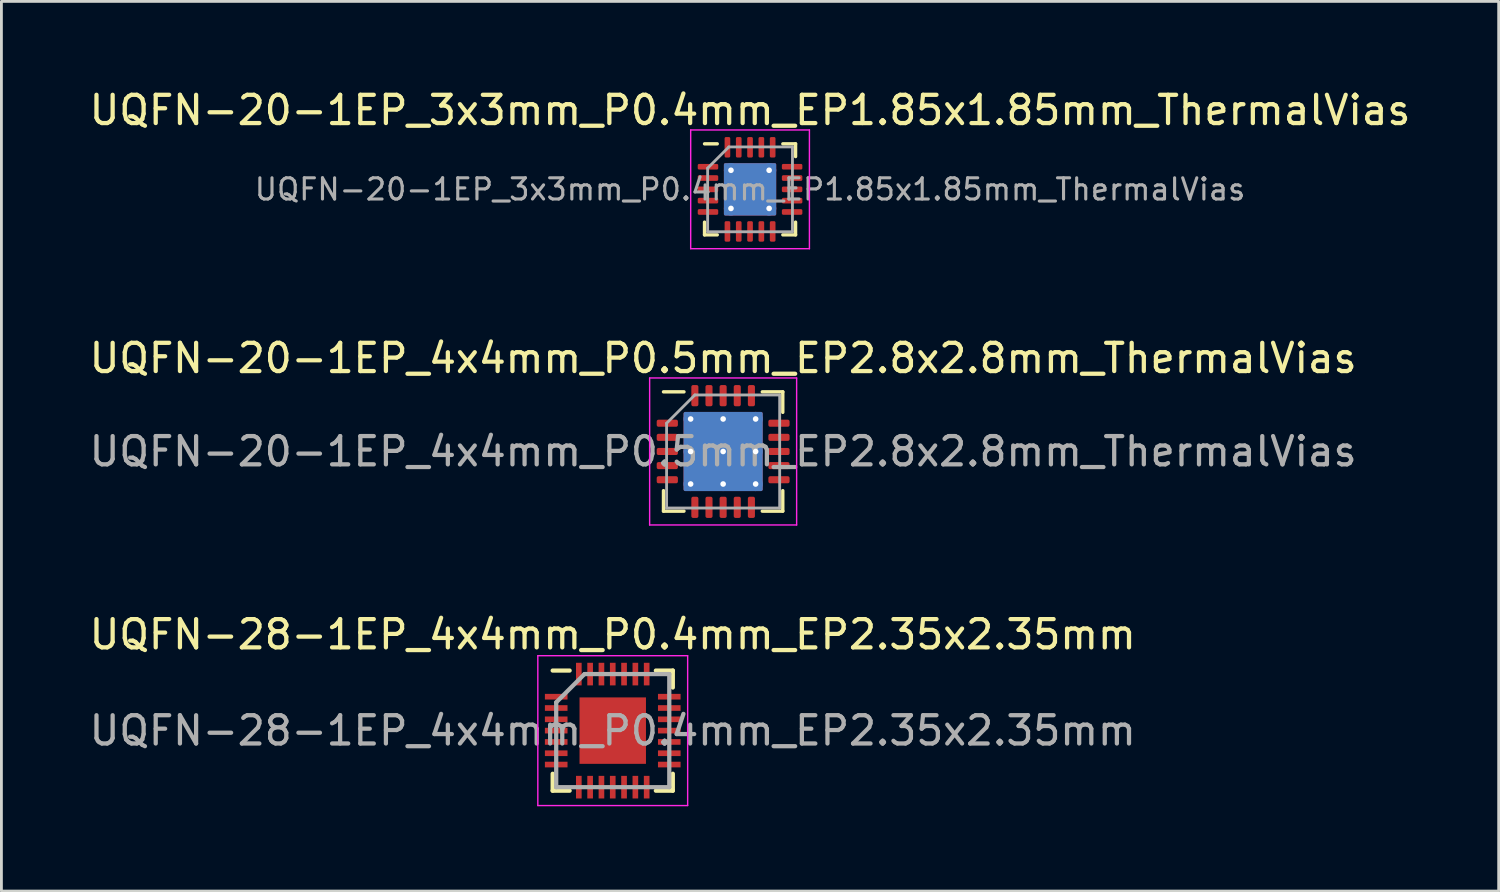
<source format=kicad_pcb>
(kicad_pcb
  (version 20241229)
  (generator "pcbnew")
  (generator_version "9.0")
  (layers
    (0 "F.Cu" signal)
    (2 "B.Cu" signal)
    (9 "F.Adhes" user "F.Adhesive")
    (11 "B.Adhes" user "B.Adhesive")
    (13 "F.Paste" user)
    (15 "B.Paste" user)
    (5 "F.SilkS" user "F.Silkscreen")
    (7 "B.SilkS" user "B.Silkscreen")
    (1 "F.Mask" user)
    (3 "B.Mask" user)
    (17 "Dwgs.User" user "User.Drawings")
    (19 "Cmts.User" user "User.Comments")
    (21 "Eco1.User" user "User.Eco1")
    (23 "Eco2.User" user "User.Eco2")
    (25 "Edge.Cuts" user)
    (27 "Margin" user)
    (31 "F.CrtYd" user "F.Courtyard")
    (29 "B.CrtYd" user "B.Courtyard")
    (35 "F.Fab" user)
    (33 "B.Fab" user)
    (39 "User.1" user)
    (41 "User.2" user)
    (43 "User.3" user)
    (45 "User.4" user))
  (footprint "UQFN-20-1EP_3x3mm_P0.4mm_EP1.85x1.85mm_ThermalVias"
    (layer "F.Cu")
    (at 23.482 3.648)
    (property "Reference" "UQFN-20-1EP_3x3mm_P0.4mm_EP1.85x1.85mm_ThermalVias" (at 0 -2.8 0) (layer "F.SilkS") (effects (font (size 1 1) (thickness 0.15))))
    (attr smd)
    (fp_line (start -1.61 1.61) (end -1.61 1.16) (stroke (width 0.12) (type solid)) (layer "F.SilkS"))
    (fp_line (start -1.16 -1.61) (end -1.61 -1.61) (stroke (width 0.12) (type solid)) (layer "F.SilkS"))
    (fp_line (start -1.16 1.61) (end -1.61 1.61) (stroke (width 0.12) (type solid)) (layer "F.SilkS"))
    (fp_line (start 1.16 -1.61) (end 1.61 -1.61) (stroke (width 0.12) (type solid)) (layer "F.SilkS"))
    (fp_line (start 1.16 1.61) (end 1.61 1.61) (stroke (width 0.12) (type solid)) (layer "F.SilkS"))
    (fp_line (start 1.61 -1.61) (end 1.61 -1.16) (stroke (width 0.12) (type solid)) (layer "F.SilkS"))
    (fp_line (start 1.61 1.61) (end 1.61 1.16) (stroke (width 0.12) (type solid)) (layer "F.SilkS"))
    (fp_line (start -2.1 -2.1) (end -2.1 2.1) (stroke (width 0.05) (type solid)) (layer "F.CrtYd"))
    (fp_line (start -2.1 2.1) (end 2.1 2.1) (stroke (width 0.05) (type solid)) (layer "F.CrtYd"))
    (fp_line (start 2.1 -2.1) (end -2.1 -2.1) (stroke (width 0.05) (type solid)) (layer "F.CrtYd"))
    (fp_line (start 2.1 2.1) (end 2.1 -2.1) (stroke (width 0.05) (type solid)) (layer "F.CrtYd"))
    (fp_line (start -1.5 -0.75) (end -0.75 -1.5) (stroke (width 0.1) (type solid)) (layer "F.Fab"))
    (fp_line (start -1.5 1.5) (end -1.5 -0.75) (stroke (width 0.1) (type solid)) (layer "F.Fab"))
    (fp_line (start -0.75 -1.5) (end 1.5 -1.5) (stroke (width 0.1) (type solid)) (layer "F.Fab"))
    (fp_line (start 1.5 -1.5) (end 1.5 1.5) (stroke (width 0.1) (type solid)) (layer "F.Fab"))
    (fp_line (start 1.5 1.5) (end -1.5 1.5) (stroke (width 0.1) (type solid)) (layer "F.Fab"))
    (fp_text user "${REFERENCE}" (at 0 0 0) (layer "F.Fab") (effects (font (size 0.75 0.75) (thickness 0.11))))
    (pad "" smd roundrect (at -0.46 -0.46) (size 0.8 0.8) (layers "F.Paste") (roundrect_rratio 0.25))
    (pad "" smd roundrect (at -0.46 0.46) (size 0.8 0.8) (layers "F.Paste") (roundrect_rratio 0.25))
    (pad "" smd roundrect (at 0.46 -0.46) (size 0.8 0.8) (layers "F.Paste") (roundrect_rratio 0.25))
    (pad "" smd roundrect (at 0.46 0.46) (size 0.8 0.8) (layers "F.Paste") (roundrect_rratio 0.25))
    (pad "1" smd roundrect (at -1.488 -0.8) (size 0.725 0.2) (layers "F.Cu" "F.Mask" "F.Paste") (roundrect_rratio 0.25))
    (pad "2" smd roundrect (at -1.488 -0.4) (size 0.725 0.2) (layers "F.Cu" "F.Mask" "F.Paste") (roundrect_rratio 0.25))
    (pad "3" smd roundrect (at -1.488 0) (size 0.725 0.2) (layers "F.Cu" "F.Mask" "F.Paste") (roundrect_rratio 0.25))
    (pad "4" smd roundrect (at -1.488 0.4) (size 0.725 0.2) (layers "F.Cu" "F.Mask" "F.Paste") (roundrect_rratio 0.25))
    (pad "5" smd roundrect (at -1.488 0.8) (size 0.725 0.2) (layers "F.Cu" "F.Mask" "F.Paste") (roundrect_rratio 0.25))
    (pad "6" smd roundrect (at -0.8 1.488) (size 0.2 0.725) (layers "F.Cu" "F.Mask" "F.Paste") (roundrect_rratio 0.25))
    (pad "7" smd roundrect (at -0.4 1.488) (size 0.2 0.725) (layers "F.Cu" "F.Mask" "F.Paste") (roundrect_rratio 0.25))
    (pad "8" smd roundrect (at 0 1.488) (size 0.2 0.725) (layers "F.Cu" "F.Mask" "F.Paste") (roundrect_rratio 0.25))
    (pad "9" smd roundrect (at 0.4 1.488) (size 0.2 0.725) (layers "F.Cu" "F.Mask" "F.Paste") (roundrect_rratio 0.25))
    (pad "10" smd roundrect (at 0.8 1.488) (size 0.2 0.725) (layers "F.Cu" "F.Mask" "F.Paste") (roundrect_rratio 0.25))
    (pad "11" smd roundrect (at 1.488 0.8) (size 0.725 0.2) (layers "F.Cu" "F.Mask" "F.Paste") (roundrect_rratio 0.25))
    (pad "12" smd roundrect (at 1.488 0.4) (size 0.725 0.2) (layers "F.Cu" "F.Mask" "F.Paste") (roundrect_rratio 0.25))
    (pad "13" smd roundrect (at 1.488 0) (size 0.725 0.2) (layers "F.Cu" "F.Mask" "F.Paste") (roundrect_rratio 0.25))
    (pad "14" smd roundrect (at 1.488 -0.4) (size 0.725 0.2) (layers "F.Cu" "F.Mask" "F.Paste") (roundrect_rratio 0.25))
    (pad "15" smd roundrect (at 1.488 -0.8) (size 0.725 0.2) (layers "F.Cu" "F.Mask" "F.Paste") (roundrect_rratio 0.25))
    (pad "16" smd roundrect (at 0.8 -1.488) (size 0.2 0.725) (layers "F.Cu" "F.Mask" "F.Paste") (roundrect_rratio 0.25))
    (pad "17" smd roundrect (at 0.4 -1.488) (size 0.2 0.725) (layers "F.Cu" "F.Mask" "F.Paste") (roundrect_rratio 0.25))
    (pad "18" smd roundrect (at 0 -1.488) (size 0.2 0.725) (layers "F.Cu" "F.Mask" "F.Paste") (roundrect_rratio 0.25))
    (pad "19" smd roundrect (at -0.4 -1.488) (size 0.2 0.725) (layers "F.Cu" "F.Mask" "F.Paste") (roundrect_rratio 0.25))
    (pad "20" smd roundrect (at -0.8 -1.488) (size 0.2 0.725) (layers "F.Cu" "F.Mask" "F.Paste") (roundrect_rratio 0.25))
    (pad "21" thru_hole circle (at -0.675 -0.675) (size 0.5 0.5) (drill 0.2) (layers "*.Cu"))
    (pad "21" thru_hole circle (at -0.675 0.675) (size 0.5 0.5) (drill 0.2) (layers "*.Cu"))
    (pad "21" smd roundrect (at 0 0) (size 1.85 1.85) (layers "F.Cu" "F.Mask") (roundrect_rratio 0.027))
    (pad "21" smd roundrect (at 0 0) (size 1.85 1.85) (layers "B.Cu") (roundrect_rratio 0.027))
    (pad "21" thru_hole circle (at 0.675 -0.675) (size 0.5 0.5) (drill 0.2) (layers "*.Cu"))
    (pad "21" thru_hole circle (at 0.675 0.675) (size 0.5 0.5) (drill 0.2) (layers "*.Cu")))
  (footprint "UQFN-28-1EP_4x4mm_P0.4mm_EP2.35x2.35mm"
    (layer "F.Cu")
    (at 18.625 22.795)
    (property "Reference" "UQFN-28-1EP_4x4mm_P0.4mm_EP2.35x2.35mm" (at 0 -3.4 0) (layer "F.SilkS") (effects (font (size 1 1) (thickness 0.15))))
    (attr smd)
    (fp_line (start -2.125 -2.125) (end -1.525 -2.125) (stroke (width 0.15) (type solid)) (layer "F.SilkS"))
    (fp_line (start -2.125 2.125) (end -2.125 1.525) (stroke (width 0.15) (type solid)) (layer "F.SilkS"))
    (fp_line (start -2.125 2.125) (end -1.525 2.125) (stroke (width 0.15) (type solid)) (layer "F.SilkS"))
    (fp_line (start 2.125 -2.125) (end 1.525 -2.125) (stroke (width 0.15) (type solid)) (layer "F.SilkS"))
    (fp_line (start 2.125 -2.125) (end 2.125 -1.525) (stroke (width 0.15) (type solid)) (layer "F.SilkS"))
    (fp_line (start 2.125 2.125) (end 1.525 2.125) (stroke (width 0.15) (type solid)) (layer "F.SilkS"))
    (fp_line (start 2.125 2.125) (end 2.125 1.525) (stroke (width 0.15) (type solid)) (layer "F.SilkS"))
    (fp_line (start -2.65 -2.65) (end -2.65 2.65) (stroke (width 0.05) (type solid)) (layer "F.CrtYd"))
    (fp_line (start -2.65 -2.65) (end 2.65 -2.65) (stroke (width 0.05) (type solid)) (layer "F.CrtYd"))
    (fp_line (start -2.65 2.65) (end 2.65 2.65) (stroke (width 0.05) (type solid)) (layer "F.CrtYd"))
    (fp_line (start 2.65 -2.65) (end 2.65 2.65) (stroke (width 0.05) (type solid)) (layer "F.CrtYd"))
    (fp_line (start -2 -1) (end -1 -2) (stroke (width 0.15) (type solid)) (layer "F.Fab"))
    (fp_line (start -2 2) (end -2 -1) (stroke (width 0.15) (type solid)) (layer "F.Fab"))
    (fp_line (start -1 -2) (end 2 -2) (stroke (width 0.15) (type solid)) (layer "F.Fab"))
    (fp_line (start 2 -2) (end 2 2) (stroke (width 0.15) (type solid)) (layer "F.Fab"))
    (fp_line (start 2 2) (end -2 2) (stroke (width 0.15) (type solid)) (layer "F.Fab"))
    (fp_text user "${REFERENCE}" (at 0 0 0) (layer "F.Fab") (effects (font (size 1 1) (thickness 0.15))))
    (pad "" smd rect (at -0.588 -0.588) (size 0.95 0.95) (layers "F.Paste"))
    (pad "" smd rect (at -0.588 0.588) (size 0.95 0.95) (layers "F.Paste"))
    (pad "" smd rect (at 0.588 -0.588) (size 0.95 0.95) (layers "F.Paste"))
    (pad "" smd rect (at 0.588 0.588) (size 0.95 0.95) (layers "F.Paste"))
    (pad "1" smd rect (at -2 -1.2) (size 0.8 0.2) (layers "F.Cu" "F.Mask" "F.Paste"))
    (pad "2" smd rect (at -2 -0.8) (size 0.8 0.2) (layers "F.Cu" "F.Mask" "F.Paste"))
    (pad "3" smd rect (at -2 -0.4) (size 0.8 0.2) (layers "F.Cu" "F.Mask" "F.Paste"))
    (pad "4" smd rect (at -2 0) (size 0.8 0.2) (layers "F.Cu" "F.Mask" "F.Paste"))
    (pad "5" smd rect (at -2 0.4) (size 0.8 0.2) (layers "F.Cu" "F.Mask" "F.Paste"))
    (pad "6" smd rect (at -2 0.8) (size 0.8 0.2) (layers "F.Cu" "F.Mask" "F.Paste"))
    (pad "7" smd rect (at -2 1.2) (size 0.8 0.2) (layers "F.Cu" "F.Mask" "F.Paste"))
    (pad "8" smd rect (at -1.2 2 90) (size 0.8 0.2) (layers "F.Cu" "F.Mask" "F.Paste"))
    (pad "9" smd rect (at -0.8 2 90) (size 0.8 0.2) (layers "F.Cu" "F.Mask" "F.Paste"))
    (pad "10" smd rect (at -0.4 2 90) (size 0.8 0.2) (layers "F.Cu" "F.Mask" "F.Paste"))
    (pad "11" smd rect (at 0 2 90) (size 0.8 0.2) (layers "F.Cu" "F.Mask" "F.Paste"))
    (pad "12" smd rect (at 0.4 2 90) (size 0.8 0.2) (layers "F.Cu" "F.Mask" "F.Paste"))
    (pad "13" smd rect (at 0.8 2 90) (size 0.8 0.2) (layers "F.Cu" "F.Mask" "F.Paste"))
    (pad "14" smd rect (at 1.2 2 90) (size 0.8 0.2) (layers "F.Cu" "F.Mask" "F.Paste"))
    (pad "15" smd rect (at 2 1.2) (size 0.8 0.2) (layers "F.Cu" "F.Mask" "F.Paste"))
    (pad "16" smd rect (at 2 0.8) (size 0.8 0.2) (layers "F.Cu" "F.Mask" "F.Paste"))
    (pad "17" smd rect (at 2 0.4) (size 0.8 0.2) (layers "F.Cu" "F.Mask" "F.Paste"))
    (pad "18" smd rect (at 2 0) (size 0.8 0.2) (layers "F.Cu" "F.Mask" "F.Paste"))
    (pad "19" smd rect (at 2 -0.4) (size 0.8 0.2) (layers "F.Cu" "F.Mask" "F.Paste"))
    (pad "20" smd rect (at 2 -0.8) (size 0.8 0.2) (layers "F.Cu" "F.Mask" "F.Paste"))
    (pad "21" smd rect (at 2 -1.2) (size 0.8 0.2) (layers "F.Cu" "F.Mask" "F.Paste"))
    (pad "22" smd rect (at 1.2 -2 90) (size 0.8 0.2) (layers "F.Cu" "F.Mask" "F.Paste"))
    (pad "23" smd rect (at 0.8 -2 90) (size 0.8 0.2) (layers "F.Cu" "F.Mask" "F.Paste"))
    (pad "24" smd rect (at 0.4 -2 90) (size 0.8 0.2) (layers "F.Cu" "F.Mask" "F.Paste"))
    (pad "25" smd rect (at 0 -2 90) (size 0.8 0.2) (layers "F.Cu" "F.Mask" "F.Paste"))
    (pad "26" smd rect (at -0.4 -2 90) (size 0.8 0.2) (layers "F.Cu" "F.Mask" "F.Paste"))
    (pad "27" smd rect (at -0.8 -2 90) (size 0.8 0.2) (layers "F.Cu" "F.Mask" "F.Paste"))
    (pad "28" smd rect (at -1.2 -2 90) (size 0.8 0.2) (layers "F.Cu" "F.Mask" "F.Paste"))
    (pad "29" smd rect (at 0 0) (size 2.35 2.35) (layers "F.Cu" "F.Mask" "F.Paste")))
  (footprint "UQFN-20-1EP_4x4mm_P0.5mm_EP2.8x2.8mm_ThermalVias"
    (layer "F.Cu")
    (at 22.53 12.921)
    (property "Reference" "UQFN-20-1EP_4x4mm_P0.5mm_EP2.8x2.8mm_ThermalVias" (at 0 -3.3 0) (layer "F.SilkS") (effects (font (size 1 1) (thickness 0.15))))
    (attr smd)
    (fp_line (start -2.11 2.11) (end -2.11 1.385) (stroke (width 0.12) (type solid)) (layer "F.SilkS"))
    (fp_line (start -1.385 -2.11) (end -2.11 -2.11) (stroke (width 0.12) (type solid)) (layer "F.SilkS"))
    (fp_line (start -1.385 2.11) (end -2.11 2.11) (stroke (width 0.12) (type solid)) (layer "F.SilkS"))
    (fp_line (start 1.385 -2.11) (end 2.11 -2.11) (stroke (width 0.12) (type solid)) (layer "F.SilkS"))
    (fp_line (start 1.385 2.11) (end 2.11 2.11) (stroke (width 0.12) (type solid)) (layer "F.SilkS"))
    (fp_line (start 2.11 -2.11) (end 2.11 -1.385) (stroke (width 0.12) (type solid)) (layer "F.SilkS"))
    (fp_line (start 2.11 2.11) (end 2.11 1.385) (stroke (width 0.12) (type solid)) (layer "F.SilkS"))
    (fp_line (start -2.6 -2.6) (end -2.6 2.6) (stroke (width 0.05) (type solid)) (layer "F.CrtYd"))
    (fp_line (start -2.6 2.6) (end 2.6 2.6) (stroke (width 0.05) (type solid)) (layer "F.CrtYd"))
    (fp_line (start 2.6 -2.6) (end -2.6 -2.6) (stroke (width 0.05) (type solid)) (layer "F.CrtYd"))
    (fp_line (start 2.6 2.6) (end 2.6 -2.6) (stroke (width 0.05) (type solid)) (layer "F.CrtYd"))
    (fp_line (start -2 -1) (end -1 -2) (stroke (width 0.1) (type solid)) (layer "F.Fab"))
    (fp_line (start -2 2) (end -2 -1) (stroke (width 0.1) (type solid)) (layer "F.Fab"))
    (fp_line (start -1 -2) (end 2 -2) (stroke (width 0.1) (type solid)) (layer "F.Fab"))
    (fp_line (start 2 -2) (end 2 2) (stroke (width 0.1) (type solid)) (layer "F.Fab"))
    (fp_line (start 2 2) (end -2 2) (stroke (width 0.1) (type solid)) (layer "F.Fab"))
    (fp_text user "${REFERENCE}" (at 0 0 0) (layer "F.Fab") (effects (font (size 1 1) (thickness 0.15))))
    (pad "" smd roundrect (at -0.7 -0.7) (size 1.17 1.17) (layers "F.Paste") (roundrect_rratio 0.214))
    (pad "" smd roundrect (at -0.7 0.7) (size 1.17 1.17) (layers "F.Paste") (roundrect_rratio 0.214))
    (pad "" smd roundrect (at 0.7 -0.7) (size 1.17 1.17) (layers "F.Paste") (roundrect_rratio 0.214))
    (pad "" smd roundrect (at 0.7 0.7) (size 1.17 1.17) (layers "F.Paste") (roundrect_rratio 0.214))
    (pad "1" smd roundrect (at -1.975 -1) (size 0.75 0.25) (layers "F.Cu" "F.Mask" "F.Paste") (roundrect_rratio 0.25))
    (pad "2" smd roundrect (at -1.975 -0.5) (size 0.75 0.25) (layers "F.Cu" "F.Mask" "F.Paste") (roundrect_rratio 0.25))
    (pad "3" smd roundrect (at -1.975 0) (size 0.75 0.25) (layers "F.Cu" "F.Mask" "F.Paste") (roundrect_rratio 0.25))
    (pad "4" smd roundrect (at -1.975 0.5) (size 0.75 0.25) (layers "F.Cu" "F.Mask" "F.Paste") (roundrect_rratio 0.25))
    (pad "5" smd roundrect (at -1.975 1) (size 0.75 0.25) (layers "F.Cu" "F.Mask" "F.Paste") (roundrect_rratio 0.25))
    (pad "6" smd roundrect (at -1 1.975) (size 0.25 0.75) (layers "F.Cu" "F.Mask" "F.Paste") (roundrect_rratio 0.25))
    (pad "7" smd roundrect (at -0.5 1.975) (size 0.25 0.75) (layers "F.Cu" "F.Mask" "F.Paste") (roundrect_rratio 0.25))
    (pad "8" smd roundrect (at 0 1.975) (size 0.25 0.75) (layers "F.Cu" "F.Mask" "F.Paste") (roundrect_rratio 0.25))
    (pad "9" smd roundrect (at 0.5 1.975) (size 0.25 0.75) (layers "F.Cu" "F.Mask" "F.Paste") (roundrect_rratio 0.25))
    (pad "10" smd roundrect (at 1 1.975) (size 0.25 0.75) (layers "F.Cu" "F.Mask" "F.Paste") (roundrect_rratio 0.25))
    (pad "11" smd roundrect (at 1.975 1) (size 0.75 0.25) (layers "F.Cu" "F.Mask" "F.Paste") (roundrect_rratio 0.25))
    (pad "12" smd roundrect (at 1.975 0.5) (size 0.75 0.25) (layers "F.Cu" "F.Mask" "F.Paste") (roundrect_rratio 0.25))
    (pad "13" smd roundrect (at 1.975 0) (size 0.75 0.25) (layers "F.Cu" "F.Mask" "F.Paste") (roundrect_rratio 0.25))
    (pad "14" smd roundrect (at 1.975 -0.5) (size 0.75 0.25) (layers "F.Cu" "F.Mask" "F.Paste") (roundrect_rratio 0.25))
    (pad "15" smd roundrect (at 1.975 -1) (size 0.75 0.25) (layers "F.Cu" "F.Mask" "F.Paste") (roundrect_rratio 0.25))
    (pad "16" smd roundrect (at 1 -1.975) (size 0.25 0.75) (layers "F.Cu" "F.Mask" "F.Paste") (roundrect_rratio 0.25))
    (pad "17" smd roundrect (at 0.5 -1.975) (size 0.25 0.75) (layers "F.Cu" "F.Mask" "F.Paste") (roundrect_rratio 0.25))
    (pad "18" smd roundrect (at 0 -1.975) (size 0.25 0.75) (layers "F.Cu" "F.Mask" "F.Paste") (roundrect_rratio 0.25))
    (pad "19" smd roundrect (at -0.5 -1.975) (size 0.25 0.75) (layers "F.Cu" "F.Mask" "F.Paste") (roundrect_rratio 0.25))
    (pad "20" smd roundrect (at -1 -1.975) (size 0.25 0.75) (layers "F.Cu" "F.Mask" "F.Paste") (roundrect_rratio 0.25))
    (pad "21" thru_hole circle (at -1.15 -1.15) (size 0.5 0.5) (drill 0.2) (layers "*.Cu"))
    (pad "21" thru_hole circle (at -1.15 0) (size 0.5 0.5) (drill 0.2) (layers "*.Cu"))
    (pad "21" thru_hole circle (at -1.15 1.15) (size 0.5 0.5) (drill 0.2) (layers "*.Cu"))
    (pad "21" thru_hole circle (at 0 -1.15) (size 0.5 0.5) (drill 0.2) (layers "*.Cu"))
    (pad "21" thru_hole circle (at 0 0) (size 0.5 0.5) (drill 0.2) (layers "*.Cu"))
    (pad "21" smd roundrect (at 0 0) (size 2.8 2.8) (layers "F.Cu" "F.Mask") (roundrect_rratio 0.022))
    (pad "21" smd roundrect (at 0 0) (size 2.8 2.8) (layers "B.Cu") (roundrect_rratio 0.022))
    (pad "21" thru_hole circle (at 0 1.15) (size 0.5 0.5) (drill 0.2) (layers "*.Cu"))
    (pad "21" thru_hole circle (at 1.15 -1.15) (size 0.5 0.5) (drill 0.2) (layers "*.Cu"))
    (pad "21" thru_hole circle (at 1.15 0) (size 0.5 0.5) (drill 0.2) (layers "*.Cu"))
    (pad "21" thru_hole circle (at 1.15 1.15) (size 0.5 0.5) (drill 0.2) (layers "*.Cu")))
  (gr_rect
    (start -3 -3)
    (end 49.964 28.47)
    (stroke (width 0.1) (type default))
    (fill no)
    (layer "Edge.Cuts")))
</source>
